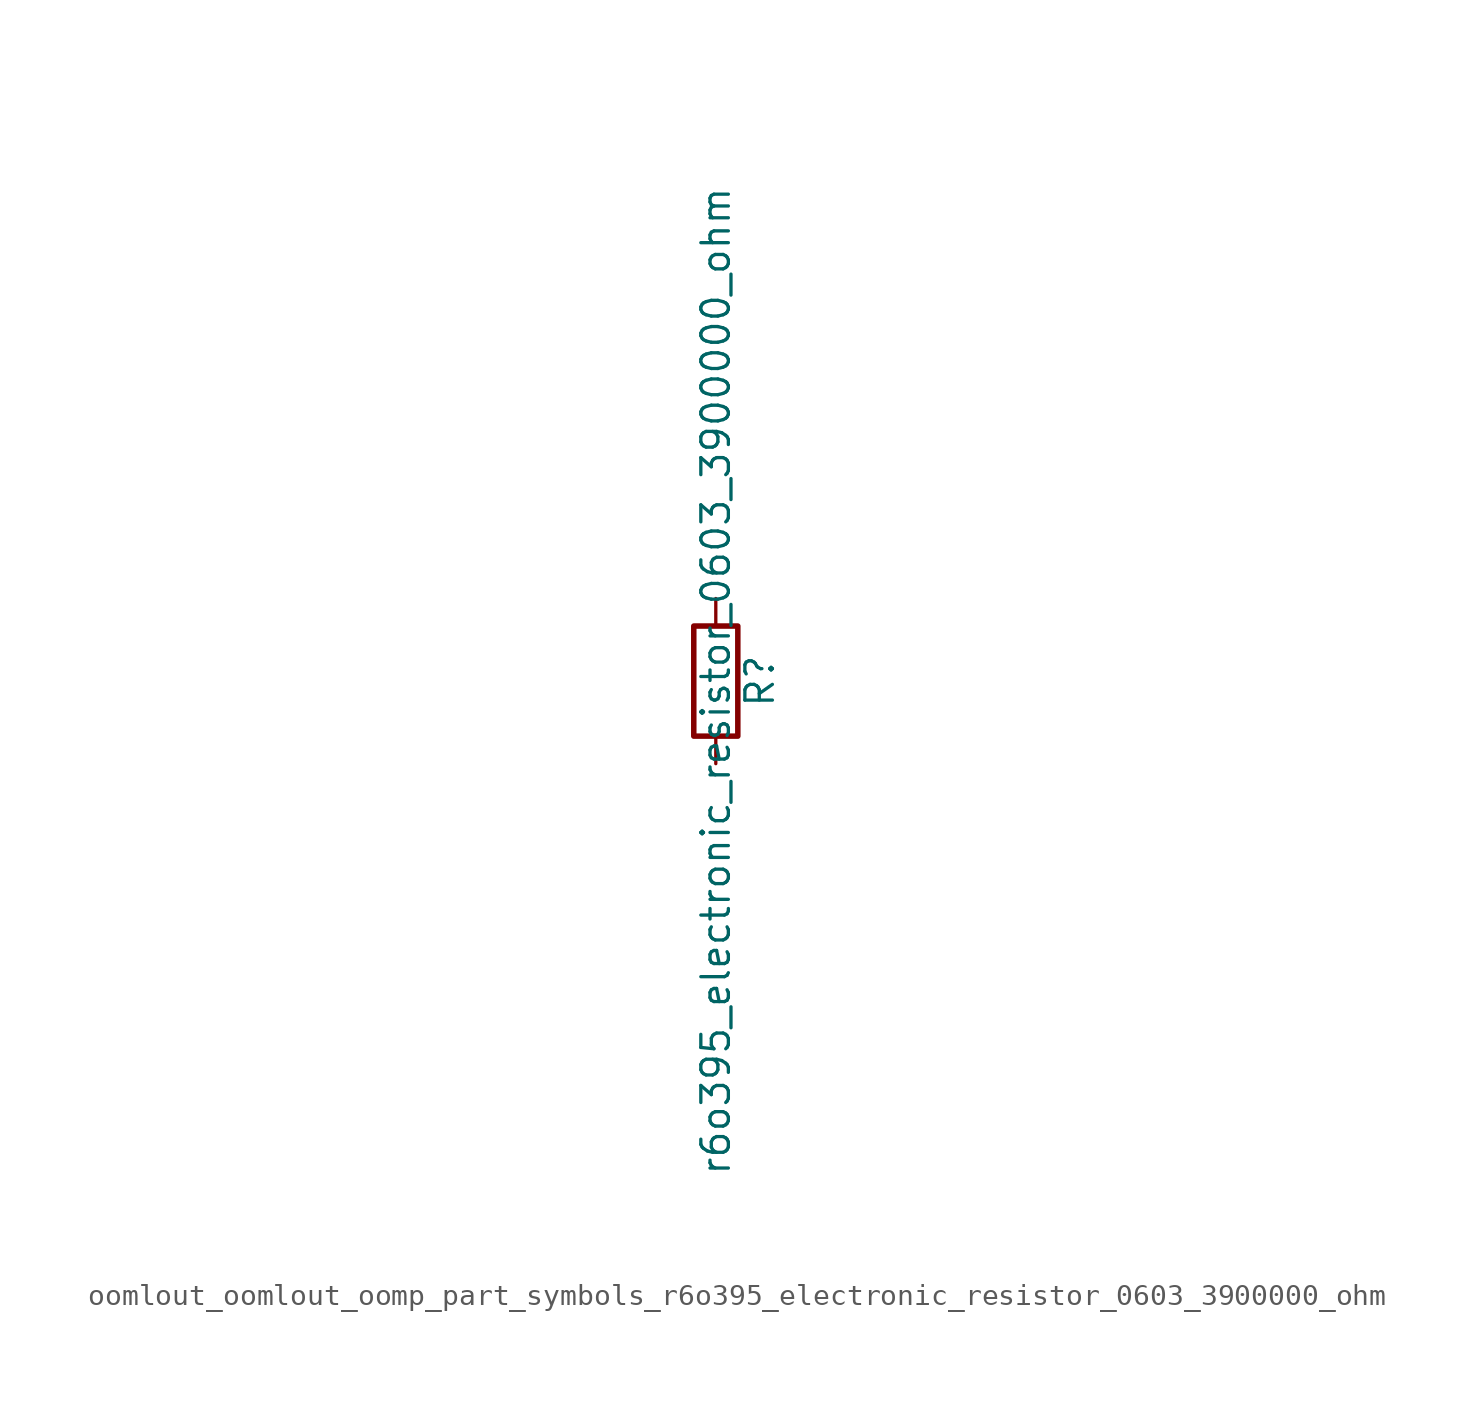
<source format=kicad_sym>
(kicad_symbol_lib
  (version 20220914)
  (generator kicad_symbol_editor)
  (symbol "oomlout_oomlout_oomp_part_symbols_r6o395_electronic_resistor_0603_3900000_ohm"
    (pin_numbers hide)
    (pin_names
      (offset 0))
    (property "Reference" "R"
      (at 2.032 0 90)
      (effects (font (size 1.27 1.27))))
    (property "Value" "r6o395_electronic_resistor_0603_3900000_ohm"
      (at 0 0 90)
      (effects (font (size 1.27 1.27))))
    (symbol "oomlout_oomlout_oomp_part_symbols_r6o395_electronic_resistor_0603_3900000_ohm_0_1"
      (rectangle (start -1.016 -2.54) (end 1.016 2.54) (stroke (width 0.254) (type default)) (fill (type none))))
    (symbol "oomlout_oomlout_oomp_part_symbols_r6o395_electronic_resistor_0603_3900000_ohm_1_1"
      (pin passive line (at 0 3.81 270) (length 1.27) (name "~" (effects (font (size 1.27 1.27)))) (number "1" (effects (font (size 1.27 1.27)))))
      (pin passive line (at 0 -3.81 90) (length 1.27) (name "~" (effects (font (size 1.27 1.27)))) (number "2" (effects (font (size 1.27 1.27))))))))
</source>
